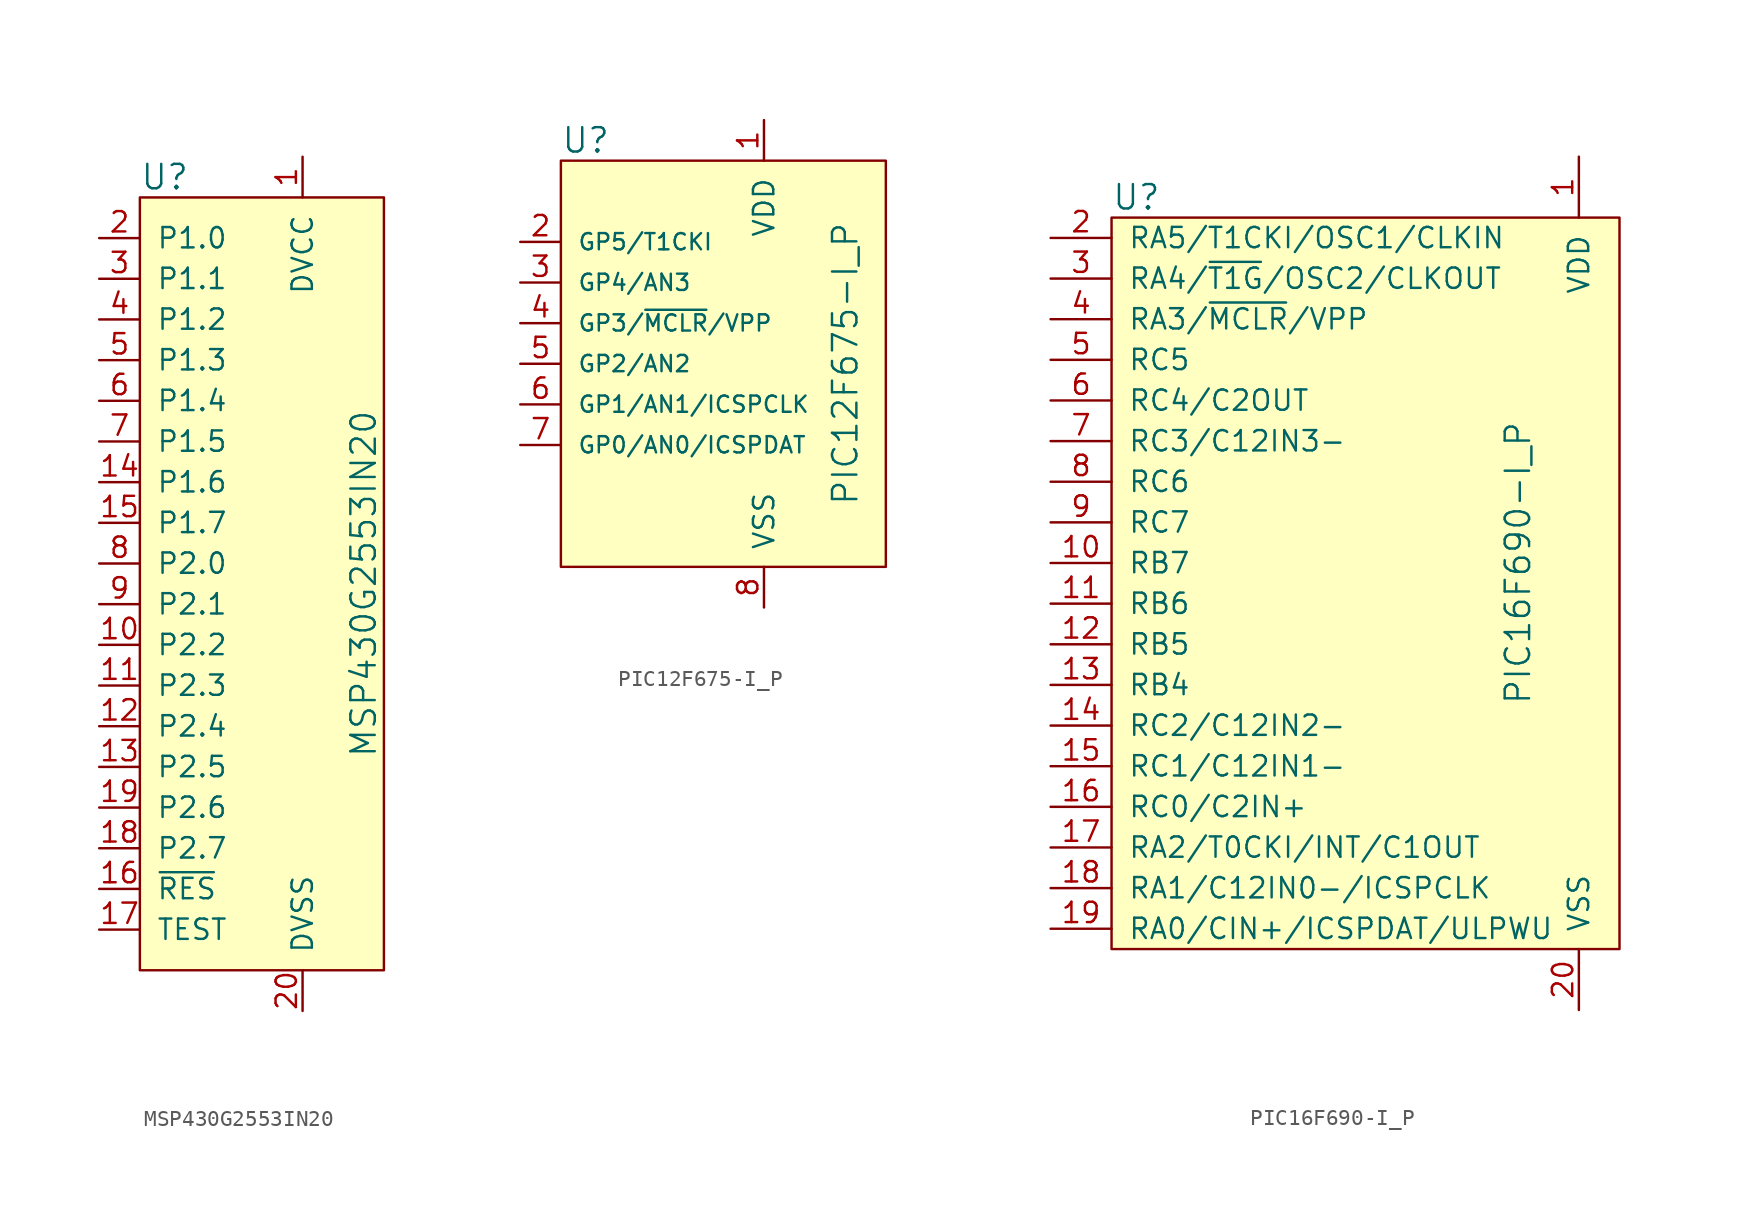
<source format=kicad_sym>
(kicad_symbol_lib
  (version 20201005)
  (generator kicad_symbol_editor)
  (symbol "MSP430G2553IN20"
    (pin_names
      (offset 1.016))
    (property "Reference" "U"
      (at -7.62 24.13 0)
      (effects (font (size 1.524 1.524)) (justify left)))
    (property "Value" "MSP430G2553IN20"
      (at 6.35 -1.27 90)
      (effects (font (size 1.524 1.524))))
    (symbol "MSP430G2553IN20_0_1"
      (rectangle (start -7.62 22.86) (end 7.62 -25.4) (stroke (width 0)) (fill (type background))))
    (symbol "MSP430G2553IN20_1_1"
      (pin power_in line (at 2.54 25.4 270) (length 2.54) (name "DVCC" (effects (font (size 1.27 1.27)))) (number "1" (effects (font (size 1.27 1.27)))))
      (pin bidirectional line (at -10.16 20.32 0) (length 2.54) (name "P1.0" (effects (font (size 1.27 1.27)))) (number "2" (effects (font (size 1.27 1.27)))))
      (pin bidirectional line (at -10.16 17.78 0) (length 2.54) (name "P1.1" (effects (font (size 1.27 1.27)))) (number "3" (effects (font (size 1.27 1.27)))))
      (pin bidirectional line (at -10.16 15.24 0) (length 2.54) (name "P1.2" (effects (font (size 1.27 1.27)))) (number "4" (effects (font (size 1.27 1.27)))))
      (pin bidirectional line (at -10.16 12.7 0) (length 2.54) (name "P1.3" (effects (font (size 1.27 1.27)))) (number "5" (effects (font (size 1.27 1.27)))))
      (pin bidirectional line (at -10.16 10.16 0) (length 2.54) (name "P1.4" (effects (font (size 1.27 1.27)))) (number "6" (effects (font (size 1.27 1.27)))))
      (pin bidirectional line (at -10.16 7.62 0) (length 2.54) (name "P1.5" (effects (font (size 1.27 1.27)))) (number "7" (effects (font (size 1.27 1.27)))))
      (pin bidirectional line (at -10.16 0 0) (length 2.54) (name "P2.0" (effects (font (size 1.27 1.27)))) (number "8" (effects (font (size 1.27 1.27)))))
      (pin bidirectional line (at -10.16 -2.54 0) (length 2.54) (name "P2.1" (effects (font (size 1.27 1.27)))) (number "9" (effects (font (size 1.27 1.27)))))
      (pin bidirectional line (at -10.16 -5.08 0) (length 2.54) (name "P2.2" (effects (font (size 1.27 1.27)))) (number "10" (effects (font (size 1.27 1.27)))))
      (pin power_in line (at 2.54 -27.94 90) (length 2.54) (name "DVSS" (effects (font (size 1.27 1.27)))) (number "20" (effects (font (size 1.27 1.27)))))
      (pin bidirectional line (at -10.16 -7.62 0) (length 2.54) (name "P2.3" (effects (font (size 1.27 1.27)))) (number "11" (effects (font (size 1.27 1.27)))))
      (pin bidirectional line (at -10.16 -10.16 0) (length 2.54) (name "P2.4" (effects (font (size 1.27 1.27)))) (number "12" (effects (font (size 1.27 1.27)))))
      (pin bidirectional line (at -10.16 -12.7 0) (length 2.54) (name "P2.5" (effects (font (size 1.27 1.27)))) (number "13" (effects (font (size 1.27 1.27)))))
      (pin bidirectional line (at -10.16 5.08 0) (length 2.54) (name "P1.6" (effects (font (size 1.27 1.27)))) (number "14" (effects (font (size 1.27 1.27)))))
      (pin bidirectional line (at -10.16 2.54 0) (length 2.54) (name "P1.7" (effects (font (size 1.27 1.27)))) (number "15" (effects (font (size 1.27 1.27)))))
      (pin input line (at -10.16 -20.32 0) (length 2.54) (name "~RES" (effects (font (size 1.27 1.27)))) (number "16" (effects (font (size 1.27 1.27)))))
      (pin input line (at -10.16 -22.86 0) (length 2.54) (name "TEST" (effects (font (size 1.27 1.27)))) (number "17" (effects (font (size 1.27 1.27)))))
      (pin bidirectional line (at -10.16 -17.78 0) (length 2.54) (name "P2.7" (effects (font (size 1.27 1.27)))) (number "18" (effects (font (size 1.27 1.27)))))
      (pin bidirectional line (at -10.16 -15.24 0) (length 2.54) (name "P2.6" (effects (font (size 1.27 1.27)))) (number "19" (effects (font (size 1.27 1.27)))))))
  (symbol "PIC12F675-I_P"
    (pin_names
      (offset 1.016))
    (property "Reference" "U"
      (at -5.08 11.43 0)
      (effects (font (size 1.524 1.524)) (justify left)))
    (property "Value" "PIC12F675-I_P"
      (at 12.7 -2.54 90)
      (effects (font (size 1.524 1.524))))
    (symbol "PIC12F675-I_P_0_1"
      (rectangle (start -5.08 10.16) (end 15.24 -15.24) (stroke (width 0)) (fill (type background))))
    (symbol "PIC12F675-I_P_1_1"
      (pin power_in line (at 7.62 12.7 270) (length 2.54) (name "VDD" (effects (font (size 1.27 1.27)))) (number "1" (effects (font (size 1.27 1.27)))))
      (pin bidirectional line (at -7.62 5.08 0) (length 2.54) (name "GP5/T1CKI" (effects (font (size 1.016 1.016)))) (number "2" (effects (font (size 1.27 1.27)))))
      (pin bidirectional line (at -7.62 2.54 0) (length 2.54) (name "GP4/AN3" (effects (font (size 1.016 1.016)))) (number "3" (effects (font (size 1.27 1.27)))))
      (pin input line (at -7.62 0 0) (length 2.54) (name "GP3/~MCLR~/VPP" (effects (font (size 1.016 1.016)))) (number "4" (effects (font (size 1.27 1.27)))))
      (pin bidirectional line (at -7.62 -2.54 0) (length 2.54) (name "GP2/AN2" (effects (font (size 1.016 1.016)))) (number "5" (effects (font (size 1.27 1.27)))))
      (pin bidirectional line (at -7.62 -5.08 0) (length 2.54) (name "GP1/AN1/ICSPCLK" (effects (font (size 1.016 1.016)))) (number "6" (effects (font (size 1.27 1.27)))))
      (pin bidirectional line (at -7.62 -7.62 0) (length 2.54) (name "GP0/AN0/ICSPDAT" (effects (font (size 1.016 1.016)))) (number "7" (effects (font (size 1.27 1.27)))))
      (pin power_in line (at 7.62 -17.78 90) (length 2.54) (name "VSS" (effects (font (size 1.27 1.27)))) (number "8" (effects (font (size 1.27 1.27)))))))
  (symbol "PIC16F690-I_P"
    (pin_names
      (offset 1.016))
    (property "Reference" "U"
      (at -16.51 22.86 0)
      (effects (font (size 1.524 1.524)) (justify left)))
    (property "Value" "PIC16F690-I_P"
      (at 8.89 0 90)
      (effects (font (size 1.524 1.524))))
    (symbol "PIC16F690-I_P_0_1"
      (rectangle (start -16.51 21.59) (end 15.24 -24.13) (stroke (width 0)) (fill (type background))))
    (symbol "PIC16F690-I_P_1_1"
      (pin power_in line (at 12.7 25.4 270) (length 3.81) (name "VDD" (effects (font (size 1.27 1.27)))) (number "1" (effects (font (size 1.27 1.27)))))
      (pin bidirectional line (at -20.32 20.32 0) (length 3.81) (name "RA5/T1CKI/OSC1/CLKIN" (effects (font (size 1.27 1.27)))) (number "2" (effects (font (size 1.27 1.27)))))
      (pin bidirectional line (at -20.32 17.78 0) (length 3.81) (name "RA4/~T1G~/OSC2/CLKOUT" (effects (font (size 1.27 1.27)))) (number "3" (effects (font (size 1.27 1.27)))))
      (pin input line (at -20.32 15.24 0) (length 3.81) (name "RA3/~MCLR~/VPP" (effects (font (size 1.27 1.27)))) (number "4" (effects (font (size 1.27 1.27)))))
      (pin bidirectional line (at -20.32 12.7 0) (length 3.81) (name "RC5" (effects (font (size 1.27 1.27)))) (number "5" (effects (font (size 1.27 1.27)))))
      (pin bidirectional line (at -20.32 10.16 0) (length 3.81) (name "RC4/C2OUT" (effects (font (size 1.27 1.27)))) (number "6" (effects (font (size 1.27 1.27)))))
      (pin bidirectional line (at -20.32 7.62 0) (length 3.81) (name "RC3/C12IN3-" (effects (font (size 1.27 1.27)))) (number "7" (effects (font (size 1.27 1.27)))))
      (pin bidirectional line (at -20.32 5.08 0) (length 3.81) (name "RC6" (effects (font (size 1.27 1.27)))) (number "8" (effects (font (size 1.27 1.27)))))
      (pin bidirectional line (at -20.32 2.54 0) (length 3.81) (name "RC7" (effects (font (size 1.27 1.27)))) (number "9" (effects (font (size 1.27 1.27)))))
      (pin bidirectional line (at -20.32 0 0) (length 3.81) (name "RB7" (effects (font (size 1.27 1.27)))) (number "10" (effects (font (size 1.27 1.27)))))
      (pin power_in line (at 12.7 -27.94 90) (length 3.81) (name "VSS" (effects (font (size 1.27 1.27)))) (number "20" (effects (font (size 1.27 1.27)))))
      (pin bidirectional line (at -20.32 -2.54 0) (length 3.81) (name "RB6" (effects (font (size 1.27 1.27)))) (number "11" (effects (font (size 1.27 1.27)))))
      (pin bidirectional line (at -20.32 -5.08 0) (length 3.81) (name "RB5" (effects (font (size 1.27 1.27)))) (number "12" (effects (font (size 1.27 1.27)))))
      (pin bidirectional line (at -20.32 -7.62 0) (length 3.81) (name "RB4" (effects (font (size 1.27 1.27)))) (number "13" (effects (font (size 1.27 1.27)))))
      (pin bidirectional line (at -20.32 -10.16 0) (length 3.81) (name "RC2/C12IN2-" (effects (font (size 1.27 1.27)))) (number "14" (effects (font (size 1.27 1.27)))))
      (pin bidirectional line (at -20.32 -12.7 0) (length 3.81) (name "RC1/C12IN1-" (effects (font (size 1.27 1.27)))) (number "15" (effects (font (size 1.27 1.27)))))
      (pin bidirectional line (at -20.32 -15.24 0) (length 3.81) (name "RC0/C2IN+" (effects (font (size 1.27 1.27)))) (number "16" (effects (font (size 1.27 1.27)))))
      (pin bidirectional line (at -20.32 -17.78 0) (length 3.81) (name "RA2/T0CKI/INT/C1OUT" (effects (font (size 1.27 1.27)))) (number "17" (effects (font (size 1.27 1.27)))))
      (pin bidirectional line (at -20.32 -20.32 0) (length 3.81) (name "RA1/C12IN0-/ICSPCLK" (effects (font (size 1.27 1.27)))) (number "18" (effects (font (size 1.27 1.27)))))
      (pin bidirectional line (at -20.32 -22.86 0) (length 3.81) (name "RA0/CIN+/ICSPDAT/ULPWU" (effects (font (size 1.27 1.27)))) (number "19" (effects (font (size 1.27 1.27))))))))
</source>
